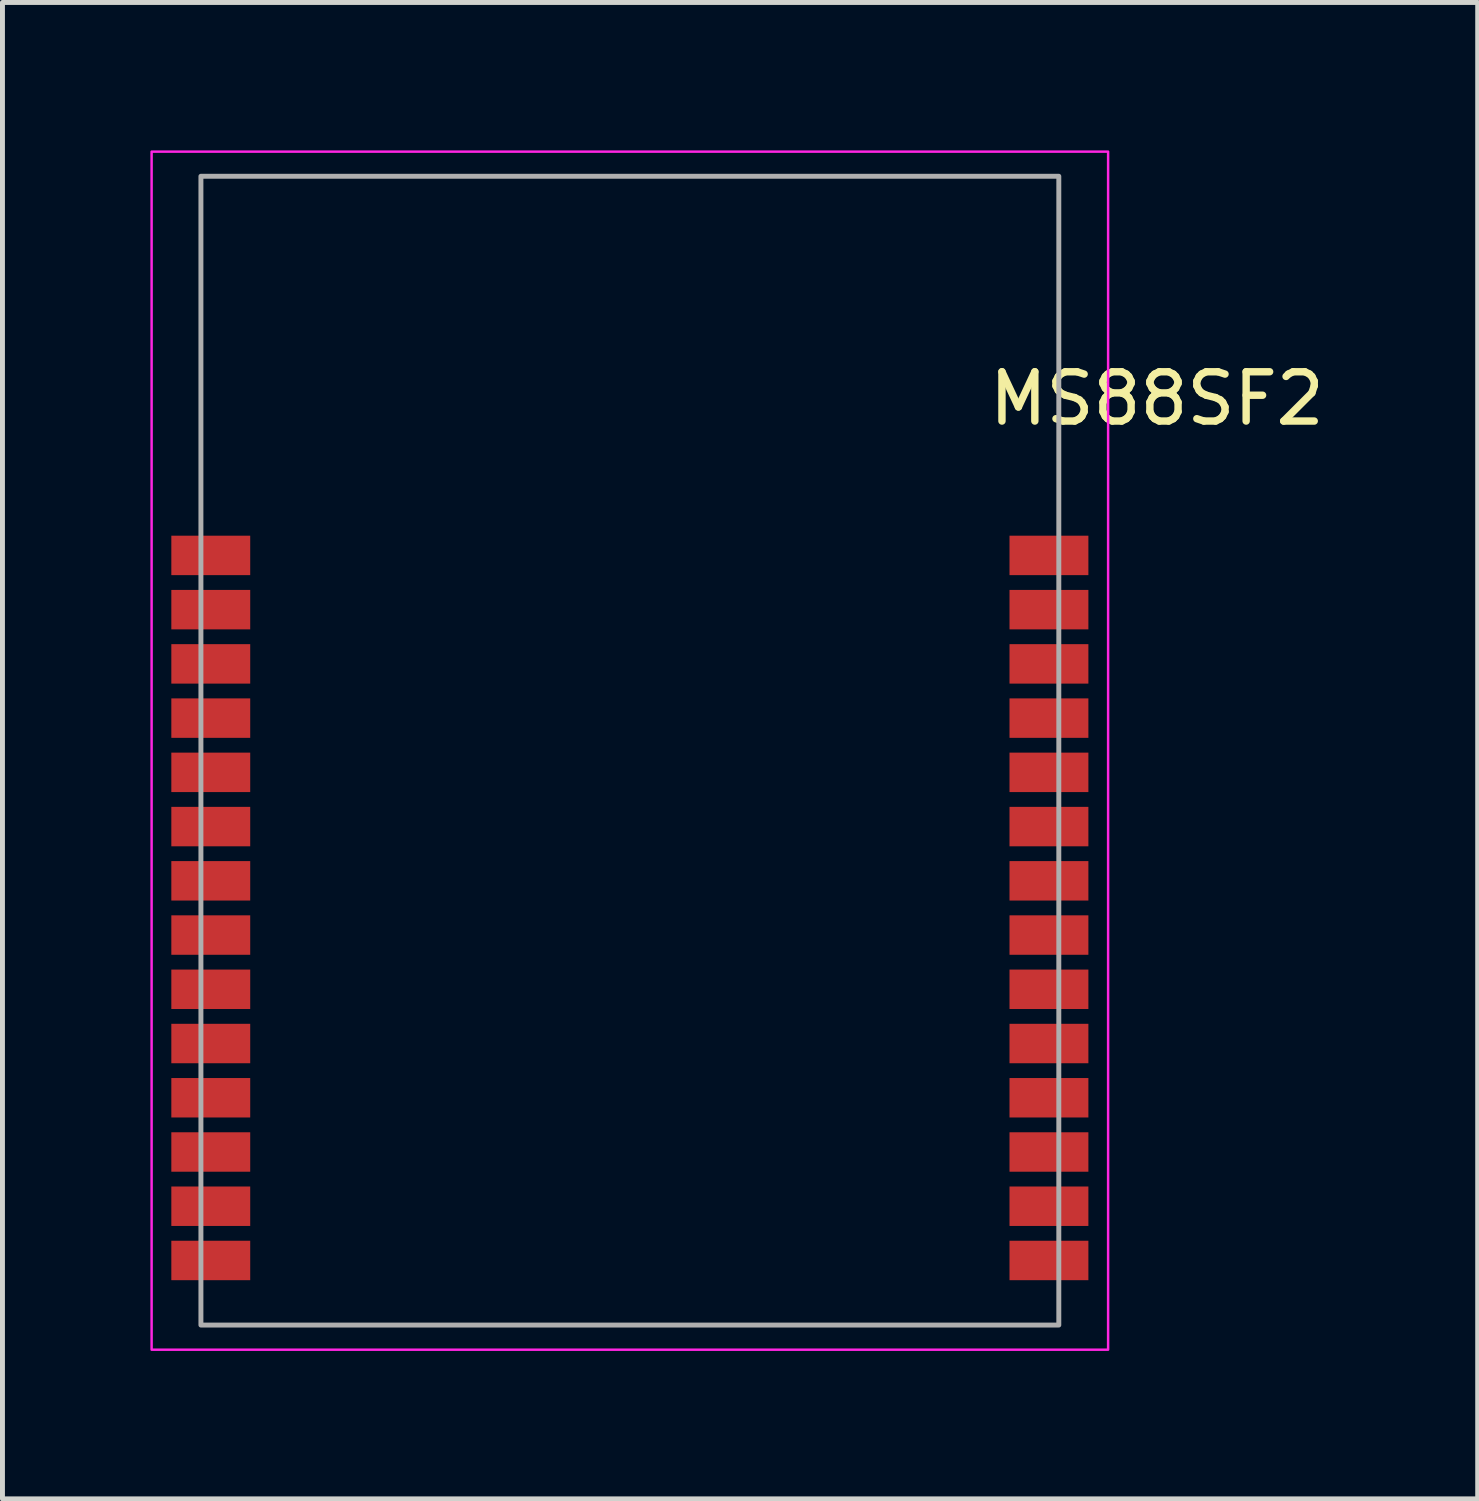
<source format=kicad_pcb>
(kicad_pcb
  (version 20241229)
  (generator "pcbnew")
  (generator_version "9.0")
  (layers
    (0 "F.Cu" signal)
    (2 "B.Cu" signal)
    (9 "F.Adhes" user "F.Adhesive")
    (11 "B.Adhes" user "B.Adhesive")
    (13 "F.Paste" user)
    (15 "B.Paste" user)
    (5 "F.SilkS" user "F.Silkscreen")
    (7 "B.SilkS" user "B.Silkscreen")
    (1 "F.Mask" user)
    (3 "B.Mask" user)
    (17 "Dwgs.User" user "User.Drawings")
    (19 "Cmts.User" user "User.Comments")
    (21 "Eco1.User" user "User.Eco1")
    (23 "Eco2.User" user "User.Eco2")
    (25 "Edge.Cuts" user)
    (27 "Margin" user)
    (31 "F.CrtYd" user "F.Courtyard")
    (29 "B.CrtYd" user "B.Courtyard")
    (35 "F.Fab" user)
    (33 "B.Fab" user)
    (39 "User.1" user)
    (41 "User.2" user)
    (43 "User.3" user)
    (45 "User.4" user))
  (footprint "MS88SF2"
    (layer "F.Cu")
    (at 1.025 23.825)
    (property "Reference" "MS88SF2" (at 19.39 -18.79 0) (unlocked yes) (layer "F.SilkS") (effects (font (size 1 1) (thickness 0.15))))
    (fp_rect (start -1 0.5) (end 18.4 -23.8) (stroke (width 0.05) (type solid)) (fill no) (layer "F.CrtYd"))
    (fp_rect (start 0 0) (end 17.4 -23.3) (stroke (width 0.1) (type solid)) (fill no) (layer "F.Fab"))
    (pad "1" smd rect (at 0.2 -15.61 180) (size 1.6 0.8) (layers "F.Cu" "F.Mask" "F.Paste"))
    (pad "2" smd rect (at 0.2 -14.51 180) (size 1.6 0.8) (layers "F.Cu" "F.Mask" "F.Paste"))
    (pad "3" smd rect (at 0.2 -13.41 180) (size 1.6 0.8) (layers "F.Cu" "F.Mask" "F.Paste"))
    (pad "4" smd rect (at 0.2 -12.31 180) (size 1.6 0.8) (layers "F.Cu" "F.Mask" "F.Paste"))
    (pad "5" smd rect (at 0.2 -11.21 180) (size 1.6 0.8) (layers "F.Cu" "F.Mask" "F.Paste"))
    (pad "6" smd rect (at 0.2 -10.11 180) (size 1.6 0.8) (layers "F.Cu" "F.Mask" "F.Paste"))
    (pad "7" smd rect (at 0.2 -9.01 180) (size 1.6 0.8) (layers "F.Cu" "F.Mask" "F.Paste"))
    (pad "8" smd rect (at 0.2 -7.91 180) (size 1.6 0.8) (layers "F.Cu" "F.Mask" "F.Paste"))
    (pad "9" smd rect (at 0.2 -6.81 180) (size 1.6 0.8) (layers "F.Cu" "F.Mask" "F.Paste"))
    (pad "10" smd rect (at 0.2 -5.71 180) (size 1.6 0.8) (layers "F.Cu" "F.Mask" "F.Paste"))
    (pad "11" smd rect (at 0.2 -4.61 180) (size 1.6 0.8) (layers "F.Cu" "F.Mask" "F.Paste"))
    (pad "12" smd rect (at 0.2 -3.51 180) (size 1.6 0.8) (layers "F.Cu" "F.Mask" "F.Paste"))
    (pad "13" smd rect (at 0.2 -2.41 180) (size 1.6 0.8) (layers "F.Cu" "F.Mask" "F.Paste"))
    (pad "14" smd rect (at 0.2 -1.31 180) (size 1.6 0.8) (layers "F.Cu" "F.Mask" "F.Paste"))
    (pad "15" smd rect (at 17.2 -1.31) (size 1.6 0.8) (layers "F.Cu" "F.Mask" "F.Paste"))
    (pad "16" smd rect (at 17.2 -2.41) (size 1.6 0.8) (layers "F.Cu" "F.Mask" "F.Paste"))
    (pad "17" smd rect (at 17.2 -3.51) (size 1.6 0.8) (layers "F.Cu" "F.Mask" "F.Paste"))
    (pad "18" smd rect (at 17.2 -4.61) (size 1.6 0.8) (layers "F.Cu" "F.Mask" "F.Paste"))
    (pad "19" smd rect (at 17.2 -5.71) (size 1.6 0.8) (layers "F.Cu" "F.Mask" "F.Paste"))
    (pad "20" smd rect (at 17.2 -6.81) (size 1.6 0.8) (layers "F.Cu" "F.Mask" "F.Paste"))
    (pad "21" smd rect (at 17.2 -7.91) (size 1.6 0.8) (layers "F.Cu" "F.Mask" "F.Paste"))
    (pad "22" smd rect (at 17.2 -9.01) (size 1.6 0.8) (layers "F.Cu" "F.Mask" "F.Paste"))
    (pad "23" smd rect (at 17.2 -10.11) (size 1.6 0.8) (layers "F.Cu" "F.Mask" "F.Paste"))
    (pad "24" smd rect (at 17.2 -11.21) (size 1.6 0.8) (layers "F.Cu" "F.Mask" "F.Paste"))
    (pad "25" smd rect (at 17.2 -12.31) (size 1.6 0.8) (layers "F.Cu" "F.Mask" "F.Paste"))
    (pad "26" smd rect (at 17.2 -13.41) (size 1.6 0.8) (layers "F.Cu" "F.Mask" "F.Paste"))
    (pad "27" smd rect (at 17.2 -14.51) (size 1.6 0.8) (layers "F.Cu" "F.Mask" "F.Paste"))
    (pad "28" smd rect (at 17.2 -15.61) (size 1.6 0.8) (layers "F.Cu" "F.Mask" "F.Paste")))
  (gr_rect
    (start -3 -3)
    (end 26.921 27.35)
    (stroke (width 0.1) (type default))
    (fill no)
    (layer "Edge.Cuts")))
</source>
